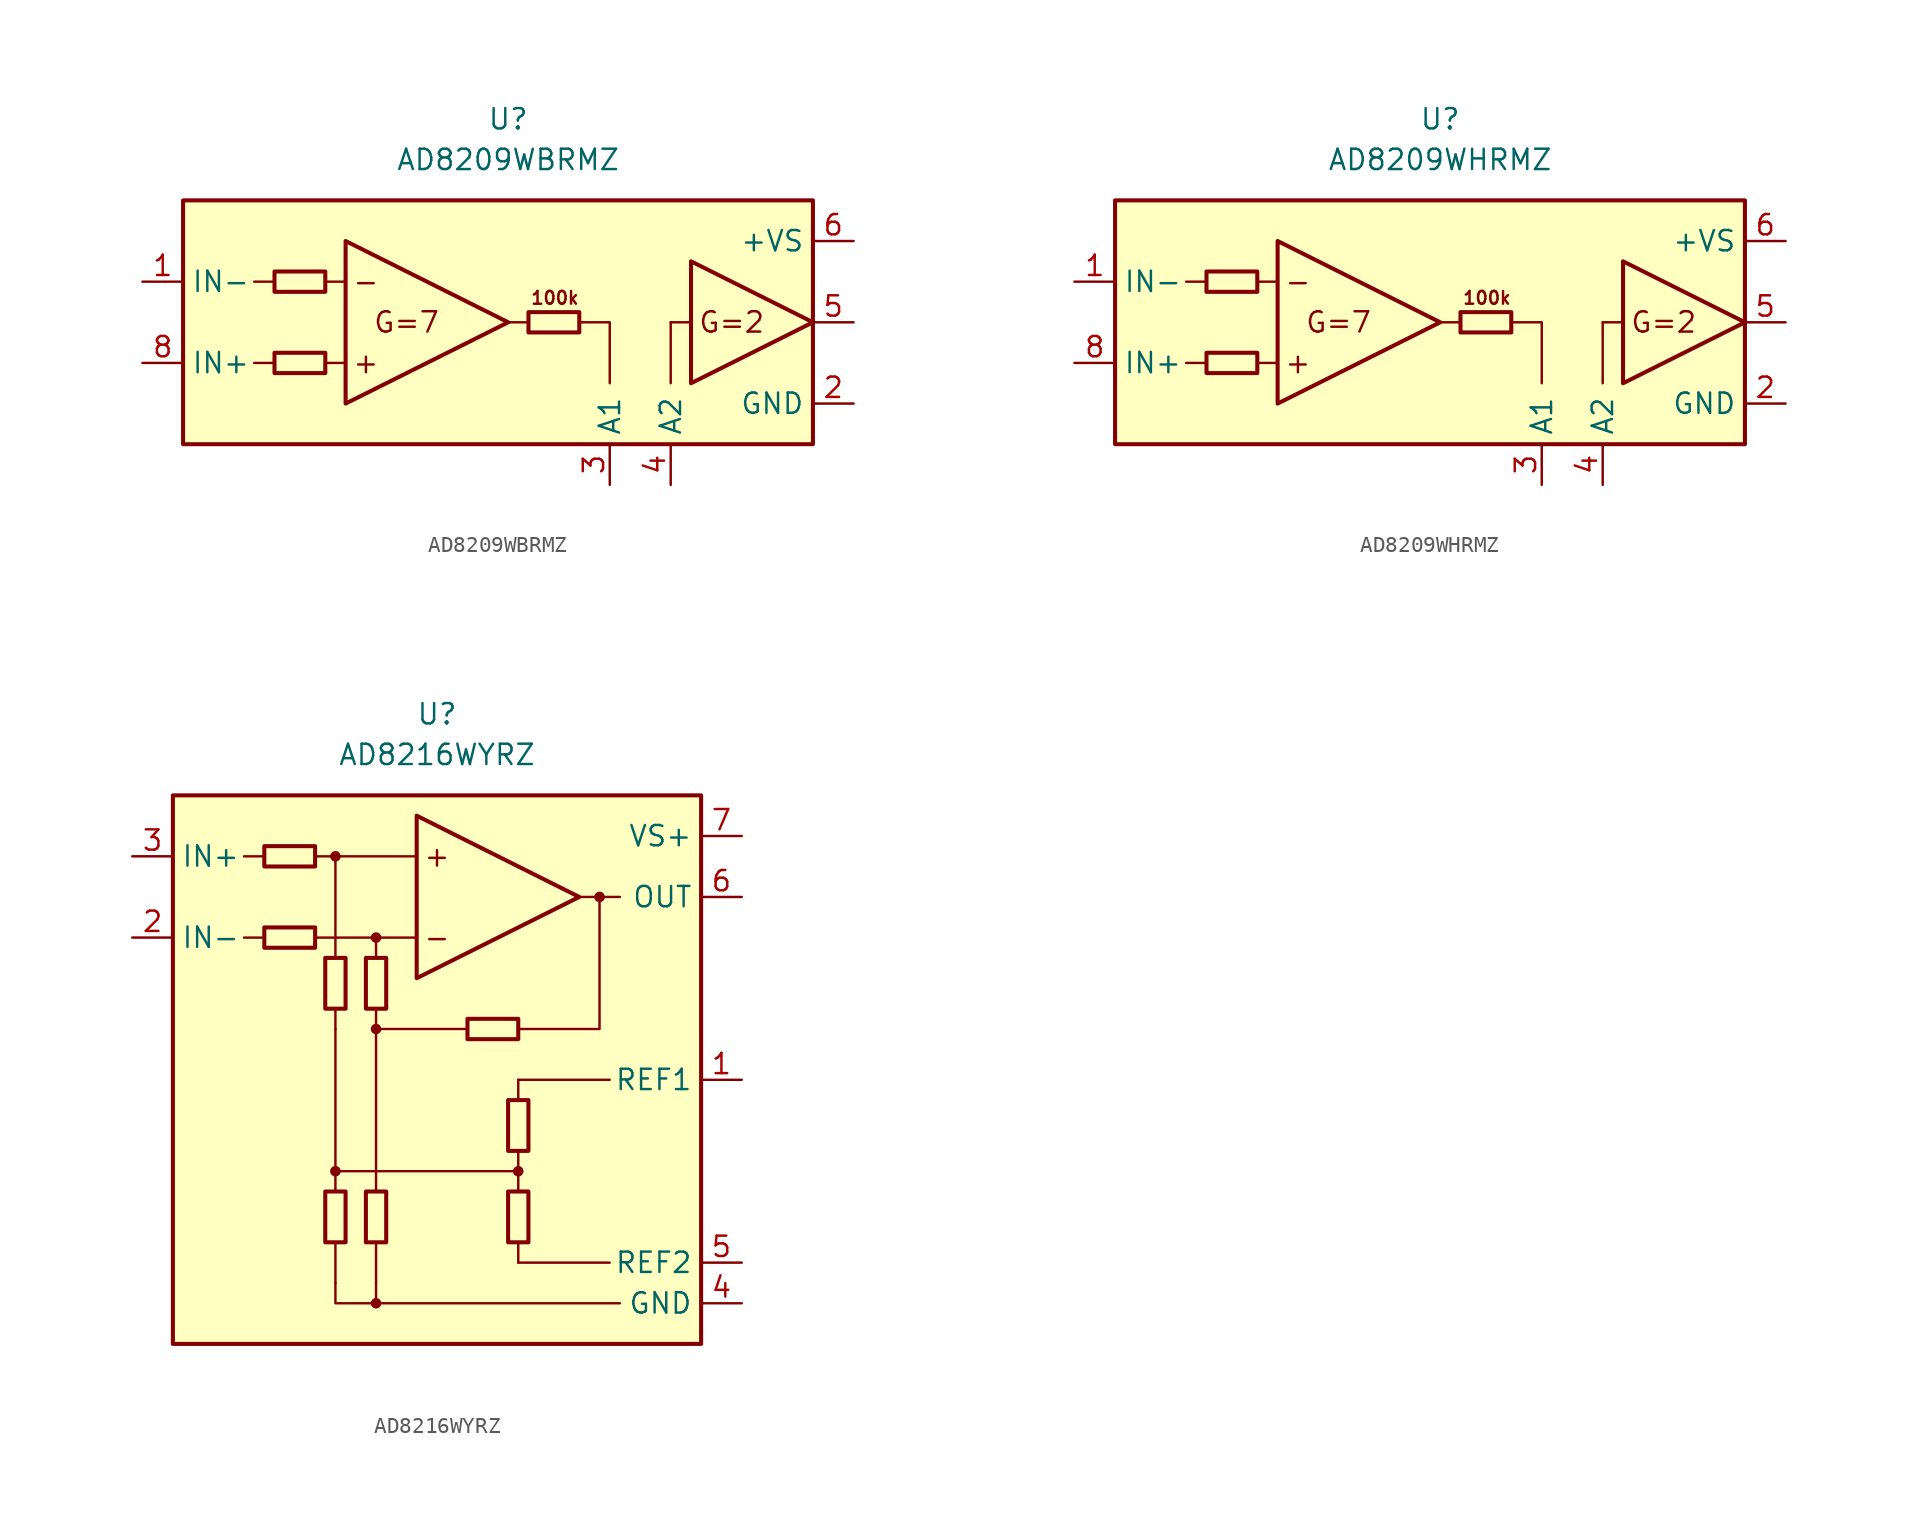
<source format=kicad_sym>
(kicad_symbol_lib
  (version 20211014)
  (generator kicad_symbol_editor)
  (symbol "AD8209WBRMZ"
    (property "Reference" "U"
      (at 0 15.24 0)
      (effects (font (size 1.27 1.27))))
    (property "Value" "AD8209WBRMZ"
      (at 0 12.7 0)
      (effects (font (size 1.27 1.27))))
    (symbol "AD8209WBRMZ_0_0"
      (polyline (pts (xy -10.16 0) (xy -11.43 0)) (stroke (width 0.152) (type default) (color 0 0 0 0)) (fill (type none)))
      (polyline (pts (xy -10.16 5.08) (xy -11.43 5.08)) (stroke (width 0.152) (type default) (color 0 0 0 0)) (fill (type none)))
      (polyline (pts (xy 11.43 2.54) (xy 10.16 2.54)) (stroke (width 0.152) (type default) (color 0 0 0 0)) (fill (type none)))
      (text "+" (at -8.89 0 0) (effects (font (size 1.27 1.27))))
      (text "-" (at -8.89 5.08 0) (effects (font (size 1.27 1.27))))
      (text "100k" (at 2.921 4.064 0) (effects (font (size 0.8 0.8))))
      (text "G=2" (at 13.97 2.54 0) (effects (font (size 1.27 1.27))))
      (text "G=7" (at -6.35 2.54 0) (effects (font (size 1.27 1.27)))))
    (symbol "AD8209WBRMZ_0_1"
      (rectangle (start -20.32 10.16) (end 19.05 -5.08) (stroke (width 0.254) (type default) (color 0 0 0 0)) (fill (type background)))
      (rectangle (start -14.605 0.635) (end -11.43 -0.635) (stroke (width 0.254) (type default) (color 0 0 0 0)) (fill (type none)))
      (rectangle (start -14.605 5.715) (end -11.43 4.445) (stroke (width 0.254) (type default) (color 0 0 0 0)) (fill (type none)))
      (polyline (pts (xy -14.605 0) (xy -15.875 0)) (stroke (width 0.152) (type default) (color 0 0 0 0)) (fill (type none)))
      (polyline (pts (xy -14.605 5.08) (xy -15.875 5.08)) (stroke (width 0.152) (type default) (color 0 0 0 0)) (fill (type none)))
      (polyline (pts (xy 1.27 2.54) (xy 0 2.54)) (stroke (width 0.152) (type default) (color 0 0 0 0)) (fill (type none)))
      (polyline (pts (xy 10.16 2.54) (xy 10.16 -1.27)) (stroke (width 0.152) (type default) (color 0 0 0 0)) (fill (type none)))
      (polyline (pts (xy 4.445 2.54) (xy 6.35 2.54) (xy 6.35 -1.27)) (stroke (width 0.152) (type default) (color 0 0 0 0)) (fill (type none)))
      (polyline (pts (xy -10.16 7.62) (xy -10.16 -2.54) (xy 0 2.54) (xy -10.16 7.62)) (stroke (width 0.254) (type default) (color 0 0 0 0)) (fill (type none)))
      (polyline (pts (xy 11.43 6.35) (xy 11.43 -1.27) (xy 19.05 2.54) (xy 11.43 6.35)) (stroke (width 0.254) (type default) (color 0 0 0 0)) (fill (type none)))
      (rectangle (start 1.27 3.175) (end 4.445 1.905) (stroke (width 0.254) (type default) (color 0 0 0 0)) (fill (type none))))
    (symbol "AD8209WBRMZ_1_1"
      (pin input line (at -22.86 5.08 0) (length 2.54) (name "IN-" (effects (font (size 1.27 1.27)))) (number "1" (effects (font (size 1.27 1.27)))))
      (pin power_in line (at 21.59 -2.54 180) (length 2.54) (name "GND" (effects (font (size 1.27 1.27)))) (number "2" (effects (font (size 1.27 1.27)))))
      (pin passive line (at 6.35 -7.62 90) (length 2.54) (name "A1" (effects (font (size 1.27 1.27)))) (number "3" (effects (font (size 1.27 1.27)))))
      (pin passive line (at 10.16 -7.62 90) (length 2.54) (name "A2" (effects (font (size 1.27 1.27)))) (number "4" (effects (font (size 1.27 1.27)))))
      (pin output line (at 21.59 2.54 180) (length 2.54) (name "~" (effects (font (size 1.27 1.27)))) (number "5" (effects (font (size 1.27 1.27)))))
      (pin power_in line (at 21.59 7.62 180) (length 2.54) (name "+VS" (effects (font (size 1.27 1.27)))) (number "6" (effects (font (size 1.27 1.27)))))
      (pin no_connect line (at 1.27 -3.81 0) (length 2.54) hide (name "NC" (effects (font (size 1.27 1.27)))) (number "7" (effects (font (size 1.27 1.27)))))
      (pin input line (at -22.86 0 0) (length 2.54) (name "IN+" (effects (font (size 1.27 1.27)))) (number "8" (effects (font (size 1.27 1.27)))))))
  (symbol "AD8209WHRMZ"
    (property "Reference" "U"
      (at 0 15.24 0)
      (effects (font (size 1.27 1.27))))
    (property "Value" "AD8209WHRMZ"
      (at 0 12.7 0)
      (effects (font (size 1.27 1.27))))
    (symbol "AD8209WHRMZ_0_0"
      (polyline (pts (xy -10.16 0) (xy -11.43 0)) (stroke (width 0.152) (type default) (color 0 0 0 0)) (fill (type none)))
      (polyline (pts (xy -10.16 5.08) (xy -11.43 5.08)) (stroke (width 0.152) (type default) (color 0 0 0 0)) (fill (type none)))
      (polyline (pts (xy 11.43 2.54) (xy 10.16 2.54)) (stroke (width 0.152) (type default) (color 0 0 0 0)) (fill (type none)))
      (text "+" (at -8.89 0 0) (effects (font (size 1.27 1.27))))
      (text "-" (at -8.89 5.08 0) (effects (font (size 1.27 1.27))))
      (text "100k" (at 2.921 4.064 0) (effects (font (size 0.8 0.8))))
      (text "G=2" (at 13.97 2.54 0) (effects (font (size 1.27 1.27))))
      (text "G=7" (at -6.35 2.54 0) (effects (font (size 1.27 1.27)))))
    (symbol "AD8209WHRMZ_0_1"
      (rectangle (start -20.32 10.16) (end 19.05 -5.08) (stroke (width 0.254) (type default) (color 0 0 0 0)) (fill (type background)))
      (rectangle (start -14.605 0.635) (end -11.43 -0.635) (stroke (width 0.254) (type default) (color 0 0 0 0)) (fill (type none)))
      (rectangle (start -14.605 5.715) (end -11.43 4.445) (stroke (width 0.254) (type default) (color 0 0 0 0)) (fill (type none)))
      (polyline (pts (xy -14.605 0) (xy -15.875 0)) (stroke (width 0.152) (type default) (color 0 0 0 0)) (fill (type none)))
      (polyline (pts (xy -14.605 5.08) (xy -15.875 5.08)) (stroke (width 0.152) (type default) (color 0 0 0 0)) (fill (type none)))
      (polyline (pts (xy 1.27 2.54) (xy 0 2.54)) (stroke (width 0.152) (type default) (color 0 0 0 0)) (fill (type none)))
      (polyline (pts (xy 10.16 2.54) (xy 10.16 -1.27)) (stroke (width 0.152) (type default) (color 0 0 0 0)) (fill (type none)))
      (polyline (pts (xy 4.445 2.54) (xy 6.35 2.54) (xy 6.35 -1.27)) (stroke (width 0.152) (type default) (color 0 0 0 0)) (fill (type none)))
      (polyline (pts (xy -10.16 7.62) (xy -10.16 -2.54) (xy 0 2.54) (xy -10.16 7.62)) (stroke (width 0.254) (type default) (color 0 0 0 0)) (fill (type none)))
      (polyline (pts (xy 11.43 6.35) (xy 11.43 -1.27) (xy 19.05 2.54) (xy 11.43 6.35)) (stroke (width 0.254) (type default) (color 0 0 0 0)) (fill (type none)))
      (rectangle (start 1.27 3.175) (end 4.445 1.905) (stroke (width 0.254) (type default) (color 0 0 0 0)) (fill (type none))))
    (symbol "AD8209WHRMZ_1_1"
      (pin input line (at -22.86 5.08 0) (length 2.54) (name "IN-" (effects (font (size 1.27 1.27)))) (number "1" (effects (font (size 1.27 1.27)))))
      (pin power_in line (at 21.59 -2.54 180) (length 2.54) (name "GND" (effects (font (size 1.27 1.27)))) (number "2" (effects (font (size 1.27 1.27)))))
      (pin passive line (at 6.35 -7.62 90) (length 2.54) (name "A1" (effects (font (size 1.27 1.27)))) (number "3" (effects (font (size 1.27 1.27)))))
      (pin passive line (at 10.16 -7.62 90) (length 2.54) (name "A2" (effects (font (size 1.27 1.27)))) (number "4" (effects (font (size 1.27 1.27)))))
      (pin output line (at 21.59 2.54 180) (length 2.54) (name "~" (effects (font (size 1.27 1.27)))) (number "5" (effects (font (size 1.27 1.27)))))
      (pin power_in line (at 21.59 7.62 180) (length 2.54) (name "+VS" (effects (font (size 1.27 1.27)))) (number "6" (effects (font (size 1.27 1.27)))))
      (pin no_connect line (at 1.27 -3.81 0) (length 2.54) hide (name "NC" (effects (font (size 1.27 1.27)))) (number "7" (effects (font (size 1.27 1.27)))))
      (pin input line (at -22.86 0 0) (length 2.54) (name "IN+" (effects (font (size 1.27 1.27)))) (number "8" (effects (font (size 1.27 1.27)))))))
  (symbol "AD8216WYRZ"
    (property "Reference" "U"
      (at 0 22.86 0)
      (effects (font (size 1.27 1.27))))
    (property "Value" "AD8216WYRZ"
      (at 0 20.32 0)
      (effects (font (size 1.27 1.27))))
    (symbol "AD8216WYRZ_0_0"
      (rectangle (start -16.51 17.78) (end 16.51 -16.51) (stroke (width 0.254) (type default) (color 0 0 0 0)) (fill (type background)))
      (circle (center -6.35 -5.715) (radius 0.254) (stroke (width 0.152) (type default) (color 0 0 0 0)) (fill (type outline)))
      (circle (center -6.35 13.97) (radius 0.254) (stroke (width 0.152) (type default) (color 0 0 0 0)) (fill (type outline)))
      (circle (center -3.81 -13.97) (radius 0.254) (stroke (width 0.152) (type default) (color 0 0 0 0)) (fill (type outline)))
      (circle (center -3.81 3.175) (radius 0.254) (stroke (width 0.152) (type default) (color 0 0 0 0)) (fill (type outline)))
      (circle (center -3.81 8.89) (radius 0.254) (stroke (width 0.152) (type default) (color 0 0 0 0)) (fill (type outline)))
      (polyline (pts (xy -10.795 8.89) (xy -12.065 8.89)) (stroke (width 0.152) (type default) (color 0 0 0 0)) (fill (type none)))
      (polyline (pts (xy -10.795 13.97) (xy -12.065 13.97)) (stroke (width 0.152) (type default) (color 0 0 0 0)) (fill (type none)))
      (polyline (pts (xy -6.35 -10.16) (xy -6.35 -12.7)) (stroke (width 0.152) (type default) (color 0 0 0 0)) (fill (type none)))
      (polyline (pts (xy -6.35 -5.715) (xy 5.08 -5.715)) (stroke (width 0.152) (type default) (color 0 0 0 0)) (fill (type none)))
      (polyline (pts (xy -6.35 3.175) (xy -6.35 -6.985)) (stroke (width 0.152) (type default) (color 0 0 0 0)) (fill (type none)))
      (polyline (pts (xy -6.35 4.445) (xy -6.35 3.175)) (stroke (width 0.152) (type default) (color 0 0 0 0)) (fill (type none)))
      (polyline (pts (xy -6.35 13.97) (xy -6.35 7.62)) (stroke (width 0.152) (type default) (color 0 0 0 0)) (fill (type none)))
      (polyline (pts (xy -3.81 -13.97) (xy 11.43 -13.97)) (stroke (width 0.152) (type default) (color 0 0 0 0)) (fill (type none)))
      (polyline (pts (xy -3.81 -10.16) (xy -3.81 -12.7)) (stroke (width 0.152) (type default) (color 0 0 0 0)) (fill (type none)))
      (polyline (pts (xy -3.81 -6.985) (xy -3.81 3.175)) (stroke (width 0.152) (type default) (color 0 0 0 0)) (fill (type none)))
      (polyline (pts (xy -3.81 3.175) (xy 1.905 3.175)) (stroke (width 0.152) (type default) (color 0 0 0 0)) (fill (type none)))
      (polyline (pts (xy -3.81 4.445) (xy -3.81 3.175)) (stroke (width 0.152) (type default) (color 0 0 0 0)) (fill (type none)))
      (polyline (pts (xy -3.81 7.62) (xy -3.81 8.89)) (stroke (width 0.152) (type default) (color 0 0 0 0)) (fill (type none)))
      (polyline (pts (xy -1.27 8.89) (xy -7.62 8.89)) (stroke (width 0.152) (type default) (color 0 0 0 0)) (fill (type none)))
      (polyline (pts (xy -1.27 13.97) (xy -7.62 13.97)) (stroke (width 0.152) (type default) (color 0 0 0 0)) (fill (type none)))
      (polyline (pts (xy 5.08 -11.43) (xy 10.795 -11.43)) (stroke (width 0.152) (type default) (color 0 0 0 0)) (fill (type none)))
      (polyline (pts (xy 5.08 -10.16) (xy 5.08 -11.43)) (stroke (width 0.152) (type default) (color 0 0 0 0)) (fill (type none)))
      (polyline (pts (xy 5.08 -4.445) (xy 5.08 -6.985)) (stroke (width 0.152) (type default) (color 0 0 0 0)) (fill (type none)))
      (polyline (pts (xy 5.08 -1.27) (xy 5.08 0)) (stroke (width 0.152) (type default) (color 0 0 0 0)) (fill (type none)))
      (polyline (pts (xy 5.08 0) (xy 10.795 0)) (stroke (width 0.152) (type default) (color 0 0 0 0)) (fill (type none)))
      (polyline (pts (xy 10.16 11.43) (xy 8.89 11.43)) (stroke (width 0.152) (type default) (color 0 0 0 0)) (fill (type none)))
      (polyline (pts (xy 10.16 11.43) (xy 11.43 11.43)) (stroke (width 0.152) (type default) (color 0 0 0 0)) (fill (type none)))
      (polyline (pts (xy 5.08 3.175) (xy 10.16 3.175) (xy 10.16 11.43)) (stroke (width 0.152) (type default) (color 0 0 0 0)) (fill (type none)))
      (polyline (pts (xy -6.35 -12.7) (xy -6.35 -13.97) (xy -3.81 -13.97) (xy -3.81 -12.7)) (stroke (width 0.152) (type default) (color 0 0 0 0)) (fill (type none)))
      (circle (center 5.08 -5.715) (radius 0.254) (stroke (width 0.152) (type default) (color 0 0 0 0)) (fill (type outline)))
      (circle (center 10.16 11.43) (radius 0.254) (stroke (width 0.152) (type default) (color 0 0 0 0)) (fill (type outline)))
      (text "+" (at 0 13.97 0) (effects (font (size 1.27 1.27))))
      (text "-" (at 0 8.89 0) (effects (font (size 1.27 1.27)))))
    (symbol "AD8216WYRZ_0_1"
      (rectangle (start -10.795 9.525) (end -7.62 8.255) (stroke (width 0.254) (type default) (color 0 0 0 0)) (fill (type none)))
      (rectangle (start -10.795 14.605) (end -7.62 13.335) (stroke (width 0.254) (type default) (color 0 0 0 0)) (fill (type none)))
      (rectangle (start -6.985 -10.16) (end -5.715 -6.985) (stroke (width 0.254) (type default) (color 0 0 0 0)) (fill (type none)))
      (rectangle (start -6.985 4.445) (end -5.715 7.62) (stroke (width 0.254) (type default) (color 0 0 0 0)) (fill (type none)))
      (rectangle (start -4.445 -10.16) (end -3.175 -6.985) (stroke (width 0.254) (type default) (color 0 0 0 0)) (fill (type none)))
      (rectangle (start -4.445 4.445) (end -3.175 7.62) (stroke (width 0.254) (type default) (color 0 0 0 0)) (fill (type none)))
      (polyline (pts (xy -1.27 16.51) (xy -1.27 6.35) (xy 8.89 11.43) (xy -1.27 16.51)) (stroke (width 0.254) (type default) (color 0 0 0 0)) (fill (type none)))
      (rectangle (start 4.445 -10.16) (end 5.715 -6.985) (stroke (width 0.254) (type default) (color 0 0 0 0)) (fill (type none)))
      (rectangle (start 4.445 -4.445) (end 5.715 -1.27) (stroke (width 0.254) (type default) (color 0 0 0 0)) (fill (type none)))
      (rectangle (start 5.08 2.54) (end 1.905 3.81) (stroke (width 0.254) (type default) (color 0 0 0 0)) (fill (type none))))
    (symbol "AD8216WYRZ_1_1"
      (pin input line (at 19.05 0 180) (length 2.54) (name "REF1" (effects (font (size 1.27 1.27)))) (number "1" (effects (font (size 1.27 1.27)))))
      (pin input line (at -19.05 8.89 0) (length 2.54) (name "IN-" (effects (font (size 1.27 1.27)))) (number "2" (effects (font (size 1.27 1.27)))))
      (pin input line (at -19.05 13.97 0) (length 2.54) (name "IN+" (effects (font (size 1.27 1.27)))) (number "3" (effects (font (size 1.27 1.27)))))
      (pin power_in line (at 19.05 -13.97 180) (length 2.54) (name "GND" (effects (font (size 1.27 1.27)))) (number "4" (effects (font (size 1.27 1.27)))))
      (pin input line (at 19.05 -11.43 180) (length 2.54) (name "REF2" (effects (font (size 1.27 1.27)))) (number "5" (effects (font (size 1.27 1.27)))))
      (pin output line (at 19.05 11.43 180) (length 2.54) (name "OUT" (effects (font (size 1.27 1.27)))) (number "6" (effects (font (size 1.27 1.27)))))
      (pin power_in line (at 19.05 15.24 180) (length 2.54) (name "VS+" (effects (font (size 1.27 1.27)))) (number "7" (effects (font (size 1.27 1.27)))))
      (pin no_connect line (at 0 -10.16 0) (length 2.54) hide (name "NC" (effects (font (size 1.27 1.27)))) (number "8" (effects (font (size 1.27 1.27))))))))
</source>
